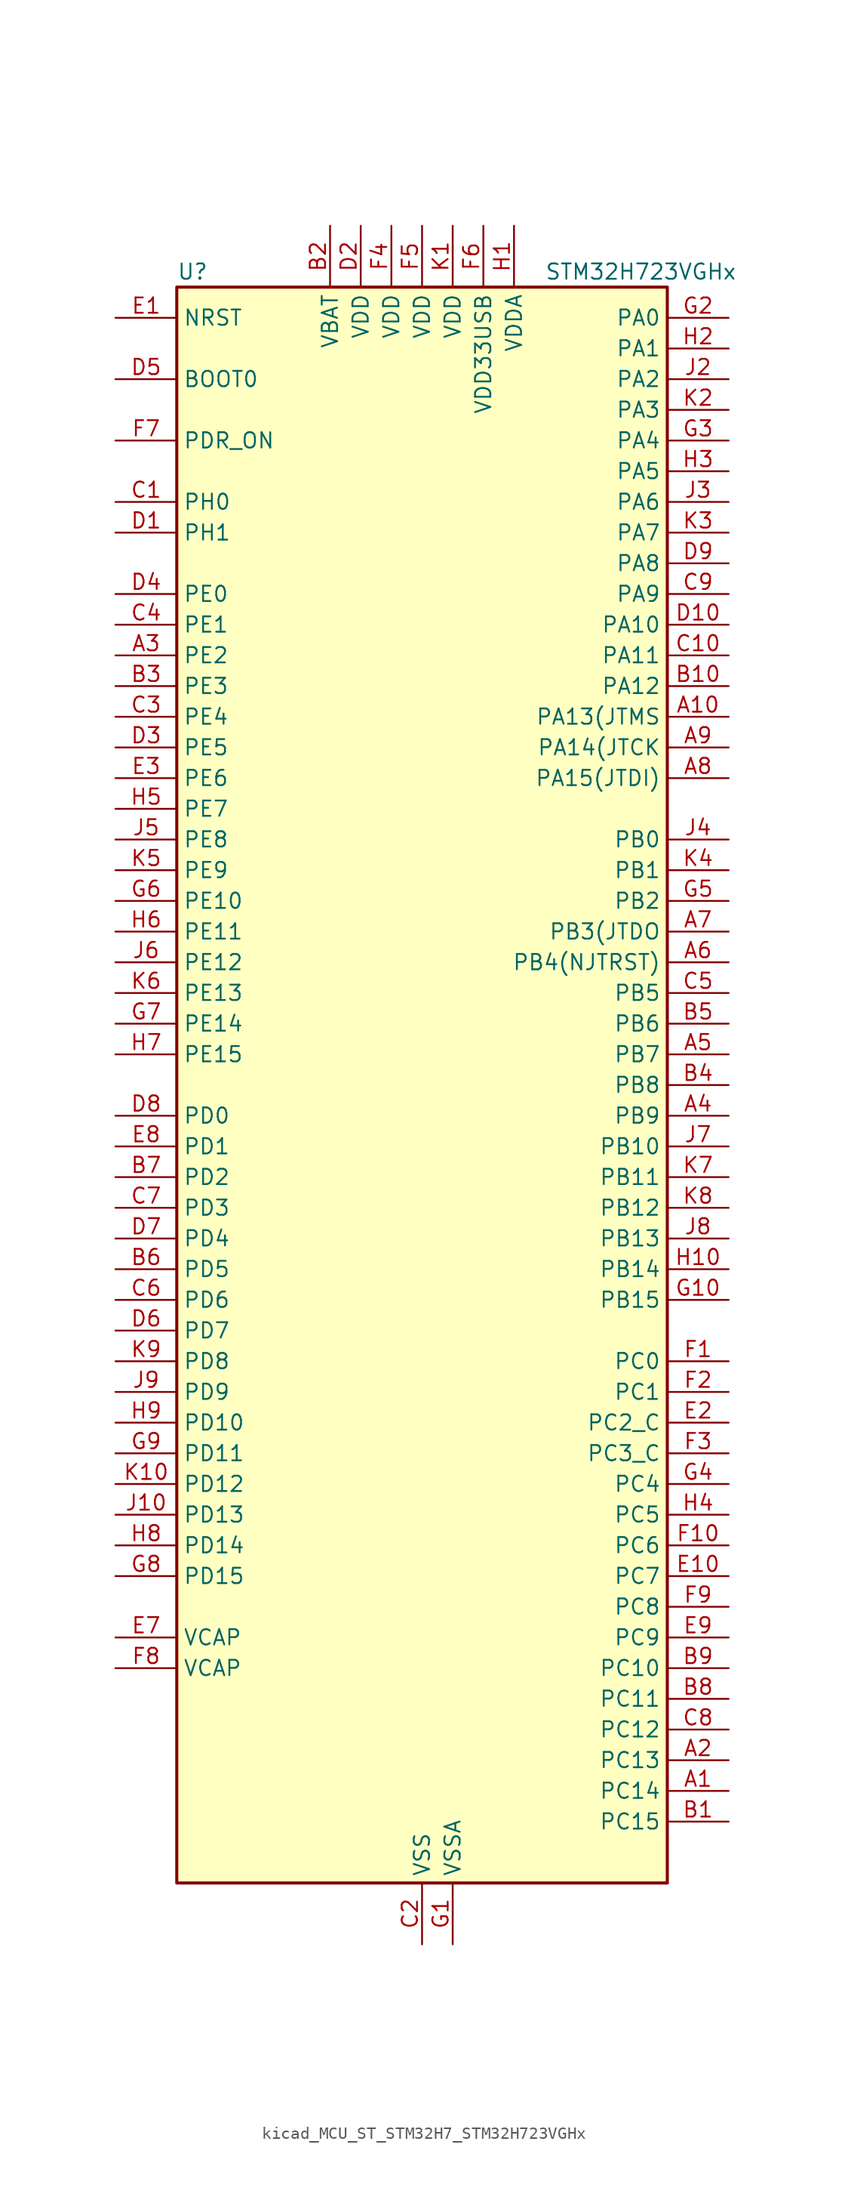
<source format=kicad_sym>
(kicad_symbol_lib
  (version 20220914)
  (generator kicad_symbol_editor)
  (symbol "kicad_MCU_ST_STM32H7_STM32H723VGHx"
    (property "Reference" "U"
      (at -20.32 67.31 0)
      (effects (font (size 1.27 1.27)) (justify left)))
    (property "Value" "STM32H723VGHx"
      (at 10.16 67.31 0)
      (effects (font (size 1.27 1.27)) (justify left)))
    (property "ki_locked" ""
      (at 0 0 0)
      (effects (font (size 1.27 1.27))))
    (symbol "kicad_MCU_ST_STM32H7_STM32H723VGHx_0_1"
      (rectangle (start -20.32 -66.04) (end 20.32 66.04) (stroke (width 0.254) (type default)) (fill (type background))))
    (symbol "kicad_MCU_ST_STM32H7_STM32H723VGHx_1_1"
      (pin bidirectional line (at 25.4 -58.42 180) (length 5.08) (name "PC14" (effects (font (size 1.27 1.27)))) (number "A1" (effects (font (size 1.27 1.27)))) (alternate "RCC_OSC32_IN" bidirectional line))
      (pin bidirectional line (at 25.4 30.48 180) (length 5.08) (name "PA13(JTMS" (effects (font (size 1.27 1.27)))) (number "A10" (effects (font (size 1.27 1.27)))) (alternate "DEBUG_JTMS-SWDIO" bidirectional line))
      (pin bidirectional line (at 25.4 -55.88 180) (length 5.08) (name "PC13" (effects (font (size 1.27 1.27)))) (number "A2" (effects (font (size 1.27 1.27)))) (alternate "PWR_WKUP4" bidirectional line) (alternate "RTC_OUT_ALARM" bidirectional line) (alternate "RTC_OUT_CALIB" bidirectional line) (alternate "RTC_TAMP1" bidirectional line) (alternate "RTC_TS" bidirectional line))
      (pin bidirectional line (at -25.4 35.56 0) (length 5.08) (name "PE2" (effects (font (size 1.27 1.27)))) (number "A3" (effects (font (size 1.27 1.27)))) (alternate "DEBUG_TRACECLK" bidirectional line) (alternate "ETH_TXD3" bidirectional line) (alternate "FMC_A23" bidirectional line) (alternate "OCTOSPIM_P1_IO2" bidirectional line) (alternate "SAI1_CK1" bidirectional line) (alternate "SAI1_MCLK_A" bidirectional line) (alternate "SAI4_CK1" bidirectional line) (alternate "SAI4_MCLK_A" bidirectional line) (alternate "SPI4_SCK" bidirectional line) (alternate "USART10_RX" bidirectional line))
      (pin bidirectional line (at 25.4 -2.54 180) (length 5.08) (name "PB9" (effects (font (size 1.27 1.27)))) (number "A4" (effects (font (size 1.27 1.27)))) (alternate "DAC1_EXTI9" bidirectional line) (alternate "DCMI_D7" bidirectional line) (alternate "DFSDM1_DATIN7" bidirectional line) (alternate "FDCAN1_TX" bidirectional line) (alternate "I2C1_SDA" bidirectional line) (alternate "I2C4_SDA" bidirectional line) (alternate "I2C4_SMBA" bidirectional line) (alternate "I2S2_WS" bidirectional line) (alternate "LTDC_B7" bidirectional line) (alternate "PSSI_D7" bidirectional line) (alternate "SDMMC1_CDIR" bidirectional line) (alternate "SDMMC1_D5" bidirectional line) (alternate "SDMMC2_D5" bidirectional line) (alternate "SPI2_NSS" bidirectional line) (alternate "TIM17_CH1" bidirectional line) (alternate "TIM4_CH4" bidirectional line) (alternate "UART4_TX" bidirectional line))
      (pin bidirectional line (at 25.4 2.54 180) (length 5.08) (name "PB7" (effects (font (size 1.27 1.27)))) (number "A5" (effects (font (size 1.27 1.27)))) (alternate "DCMI_VSYNC" bidirectional line) (alternate "DFSDM1_CKIN5" bidirectional line) (alternate "FMC_NL" bidirectional line) (alternate "I2C1_SDA" bidirectional line) (alternate "I2C4_SDA" bidirectional line) (alternate "LPUART1_RX" bidirectional line) (alternate "PSSI_RDY" bidirectional line) (alternate "PWR_PVD_IN" bidirectional line) (alternate "TIM17_CH1N" bidirectional line) (alternate "TIM4_CH2" bidirectional line) (alternate "USART1_RX" bidirectional line))
      (pin bidirectional line (at 25.4 10.16 180) (length 5.08) (name "PB4(NJTRST)" (effects (font (size 1.27 1.27)))) (number "A6" (effects (font (size 1.27 1.27)))) (alternate "DEBUG_JTRST" bidirectional line) (alternate "I2S1_SDI" bidirectional line) (alternate "I2S2_WS" bidirectional line) (alternate "I2S3_SDI" bidirectional line) (alternate "I2S6_SDI" bidirectional line) (alternate "SDMMC2_D3" bidirectional line) (alternate "SPI1_MISO" bidirectional line) (alternate "SPI2_NSS" bidirectional line) (alternate "SPI3_MISO" bidirectional line) (alternate "SPI6_MISO" bidirectional line) (alternate "TIM16_BKIN" bidirectional line) (alternate "TIM3_CH1" bidirectional line) (alternate "UART7_TX" bidirectional line))
      (pin bidirectional line (at 25.4 12.7 180) (length 5.08) (name "PB3(JTDO" (effects (font (size 1.27 1.27)))) (number "A7" (effects (font (size 1.27 1.27)))) (alternate "CRS_SYNC" bidirectional line) (alternate "DEBUG_JTDO-SWO" bidirectional line) (alternate "I2S1_CK" bidirectional line) (alternate "I2S3_CK" bidirectional line) (alternate "I2S6_CK" bidirectional line) (alternate "SDMMC2_D2" bidirectional line) (alternate "SPI1_SCK" bidirectional line) (alternate "SPI3_SCK" bidirectional line) (alternate "SPI6_SCK" bidirectional line) (alternate "TIM24_ETR" bidirectional line) (alternate "TIM2_CH2" bidirectional line) (alternate "UART7_RX" bidirectional line))
      (pin bidirectional line (at 25.4 25.4 180) (length 5.08) (name "PA15(JTDI)" (effects (font (size 1.27 1.27)))) (number "A8" (effects (font (size 1.27 1.27)))) (alternate "ADC1_EXTI15" bidirectional line) (alternate "ADC2_EXTI15" bidirectional line) (alternate "ADC3_EXTI15" bidirectional line) (alternate "CEC" bidirectional line) (alternate "DEBUG_JTDI" bidirectional line) (alternate "I2S1_WS" bidirectional line) (alternate "I2S3_WS" bidirectional line) (alternate "I2S6_WS" bidirectional line) (alternate "LTDC_B6" bidirectional line) (alternate "LTDC_R3" bidirectional line) (alternate "SPI1_NSS" bidirectional line) (alternate "SPI3_NSS" bidirectional line) (alternate "SPI6_NSS" bidirectional line) (alternate "TIM2_CH1" bidirectional line) (alternate "TIM2_ETR" bidirectional line) (alternate "UART4_DE" bidirectional line) (alternate "UART4_RTS" bidirectional line) (alternate "UART7_TX" bidirectional line))
      (pin bidirectional line (at 25.4 27.94 180) (length 5.08) (name "PA14(JTCK" (effects (font (size 1.27 1.27)))) (number "A9" (effects (font (size 1.27 1.27)))) (alternate "DEBUG_JTCK-SWCLK" bidirectional line))
      (pin bidirectional line (at 25.4 -60.96 180) (length 5.08) (name "PC15" (effects (font (size 1.27 1.27)))) (number "B1" (effects (font (size 1.27 1.27)))) (alternate "ADC1_EXTI15" bidirectional line) (alternate "ADC2_EXTI15" bidirectional line) (alternate "ADC3_EXTI15" bidirectional line) (alternate "RCC_OSC32_OUT" bidirectional line))
      (pin bidirectional line (at 25.4 33.02 180) (length 5.08) (name "PA12" (effects (font (size 1.27 1.27)))) (number "B10" (effects (font (size 1.27 1.27)))) (alternate "FDCAN1_TX" bidirectional line) (alternate "I2S2_CK" bidirectional line) (alternate "LPUART1_DE" bidirectional line) (alternate "LPUART1_RTS" bidirectional line) (alternate "LTDC_R5" bidirectional line) (alternate "SAI4_FS_B" bidirectional line) (alternate "SPI2_SCK" bidirectional line) (alternate "TIM1_BKIN2" bidirectional line) (alternate "TIM1_ETR" bidirectional line) (alternate "UART4_TX" bidirectional line) (alternate "USART1_DE" bidirectional line) (alternate "USART1_RTS" bidirectional line) (alternate "USB_OTG_HS_DP" bidirectional line))
      (pin power_in line (at -7.62 71.12 270) (length 5.08) (name "VBAT" (effects (font (size 1.27 1.27)))) (number "B2" (effects (font (size 1.27 1.27)))))
      (pin bidirectional line (at -25.4 33.02 0) (length 5.08) (name "PE3" (effects (font (size 1.27 1.27)))) (number "B3" (effects (font (size 1.27 1.27)))) (alternate "DEBUG_TRACED0" bidirectional line) (alternate "FMC_A19" bidirectional line) (alternate "SAI1_SD_B" bidirectional line) (alternate "SAI4_SD_B" bidirectional line) (alternate "TIM15_BKIN" bidirectional line) (alternate "USART10_TX" bidirectional line))
      (pin bidirectional line (at 25.4 0 180) (length 5.08) (name "PB8" (effects (font (size 1.27 1.27)))) (number "B4" (effects (font (size 1.27 1.27)))) (alternate "DCMI_D6" bidirectional line) (alternate "DFSDM1_CKIN7" bidirectional line) (alternate "ETH_TXD3" bidirectional line) (alternate "FDCAN1_RX" bidirectional line) (alternate "I2C1_SCL" bidirectional line) (alternate "I2C4_SCL" bidirectional line) (alternate "LTDC_B6" bidirectional line) (alternate "PSSI_D6" bidirectional line) (alternate "SDMMC1_CKIN" bidirectional line) (alternate "SDMMC1_D4" bidirectional line) (alternate "SDMMC2_D4" bidirectional line) (alternate "TIM16_CH1" bidirectional line) (alternate "TIM4_CH3" bidirectional line) (alternate "UART4_RX" bidirectional line))
      (pin bidirectional line (at 25.4 5.08 180) (length 5.08) (name "PB6" (effects (font (size 1.27 1.27)))) (number "B5" (effects (font (size 1.27 1.27)))) (alternate "CEC" bidirectional line) (alternate "DCMI_D5" bidirectional line) (alternate "DFSDM1_DATIN5" bidirectional line) (alternate "FDCAN2_TX" bidirectional line) (alternate "FMC_SDNE1" bidirectional line) (alternate "I2C1_SCL" bidirectional line) (alternate "I2C4_SCL" bidirectional line) (alternate "LPUART1_TX" bidirectional line) (alternate "OCTOSPIM_P1_NCS" bidirectional line) (alternate "PSSI_D5" bidirectional line) (alternate "TIM16_CH1N" bidirectional line) (alternate "TIM4_CH1" bidirectional line) (alternate "UART5_TX" bidirectional line) (alternate "USART1_TX" bidirectional line))
      (pin bidirectional line (at -25.4 -15.24 0) (length 5.08) (name "PD5" (effects (font (size 1.27 1.27)))) (number "B6" (effects (font (size 1.27 1.27)))) (alternate "FMC_NWE" bidirectional line) (alternate "OCTOSPIM_P1_IO5" bidirectional line) (alternate "USART2_TX" bidirectional line))
      (pin bidirectional line (at -25.4 -7.62 0) (length 5.08) (name "PD2" (effects (font (size 1.27 1.27)))) (number "B7" (effects (font (size 1.27 1.27)))) (alternate "DCMI_D11" bidirectional line) (alternate "DEBUG_TRACED2" bidirectional line) (alternate "FMC_D7" bidirectional line) (alternate "FMC_DA7" bidirectional line) (alternate "LTDC_B2" bidirectional line) (alternate "LTDC_B7" bidirectional line) (alternate "PSSI_D11" bidirectional line) (alternate "SDMMC1_CMD" bidirectional line) (alternate "TIM15_BKIN" bidirectional line) (alternate "TIM3_ETR" bidirectional line) (alternate "UART5_RX" bidirectional line))
      (pin bidirectional line (at 25.4 -50.8 180) (length 5.08) (name "PC11" (effects (font (size 1.27 1.27)))) (number "B8" (effects (font (size 1.27 1.27)))) (alternate "ADC1_EXTI11" bidirectional line) (alternate "ADC2_EXTI11" bidirectional line) (alternate "ADC3_EXTI11" bidirectional line) (alternate "DCMI_D4" bidirectional line) (alternate "DFSDM1_DATIN5" bidirectional line) (alternate "I2C5_SCL" bidirectional line) (alternate "I2S3_SDI" bidirectional line) (alternate "LTDC_B4" bidirectional line) (alternate "OCTOSPIM_P1_NCS" bidirectional line) (alternate "PSSI_D4" bidirectional line) (alternate "SDMMC1_D3" bidirectional line) (alternate "SPI3_MISO" bidirectional line) (alternate "UART4_RX" bidirectional line) (alternate "USART3_RX" bidirectional line))
      (pin bidirectional line (at 25.4 -48.26 180) (length 5.08) (name "PC10" (effects (font (size 1.27 1.27)))) (number "B9" (effects (font (size 1.27 1.27)))) (alternate "DCMI_D8" bidirectional line) (alternate "DFSDM1_CKIN5" bidirectional line) (alternate "I2C5_SDA" bidirectional line) (alternate "I2S3_CK" bidirectional line) (alternate "LTDC_B1" bidirectional line) (alternate "LTDC_R2" bidirectional line) (alternate "OCTOSPIM_P1_IO1" bidirectional line) (alternate "PSSI_D8" bidirectional line) (alternate "SDMMC1_D2" bidirectional line) (alternate "SPI3_SCK" bidirectional line) (alternate "SWPMI1_RX" bidirectional line) (alternate "UART4_TX" bidirectional line) (alternate "USART3_TX" bidirectional line))
      (pin bidirectional line (at -25.4 48.26 0) (length 5.08) (name "PH0" (effects (font (size 1.27 1.27)))) (number "C1" (effects (font (size 1.27 1.27)))) (alternate "RCC_OSC_IN" bidirectional line))
      (pin bidirectional line (at 25.4 35.56 180) (length 5.08) (name "PA11" (effects (font (size 1.27 1.27)))) (number "C10" (effects (font (size 1.27 1.27)))) (alternate "ADC1_EXTI11" bidirectional line) (alternate "ADC2_EXTI11" bidirectional line) (alternate "ADC3_EXTI11" bidirectional line) (alternate "FDCAN1_RX" bidirectional line) (alternate "I2S2_WS" bidirectional line) (alternate "LPUART1_CTS" bidirectional line) (alternate "LTDC_R4" bidirectional line) (alternate "SPI2_NSS" bidirectional line) (alternate "TIM1_CH4" bidirectional line) (alternate "UART4_RX" bidirectional line) (alternate "USART1_CTS" bidirectional line) (alternate "USART1_NSS" bidirectional line) (alternate "USB_OTG_HS_DM" bidirectional line))
      (pin power_in line (at 0 -71.12 90) (length 5.08) (name "VSS" (effects (font (size 1.27 1.27)))) (number "C2" (effects (font (size 1.27 1.27)))))
      (pin bidirectional line (at -25.4 30.48 0) (length 5.08) (name "PE4" (effects (font (size 1.27 1.27)))) (number "C3" (effects (font (size 1.27 1.27)))) (alternate "DCMI_D4" bidirectional line) (alternate "DEBUG_TRACED1" bidirectional line) (alternate "DFSDM1_DATIN3" bidirectional line) (alternate "FMC_A20" bidirectional line) (alternate "LTDC_B0" bidirectional line) (alternate "PSSI_D4" bidirectional line) (alternate "SAI1_D2" bidirectional line) (alternate "SAI1_FS_A" bidirectional line) (alternate "SAI4_D2" bidirectional line) (alternate "SAI4_FS_A" bidirectional line) (alternate "SPI4_NSS" bidirectional line) (alternate "TIM15_CH1N" bidirectional line))
      (pin bidirectional line (at -25.4 38.1 0) (length 5.08) (name "PE1" (effects (font (size 1.27 1.27)))) (number "C4" (effects (font (size 1.27 1.27)))) (alternate "DCMI_D3" bidirectional line) (alternate "FMC_NBL1" bidirectional line) (alternate "LPTIM1_IN2" bidirectional line) (alternate "LTDC_R6" bidirectional line) (alternate "PSSI_D3" bidirectional line) (alternate "UART8_TX" bidirectional line))
      (pin bidirectional line (at 25.4 7.62 180) (length 5.08) (name "PB5" (effects (font (size 1.27 1.27)))) (number "C5" (effects (font (size 1.27 1.27)))) (alternate "DCMI_D10" bidirectional line) (alternate "ETH_PPS_OUT" bidirectional line) (alternate "FDCAN2_RX" bidirectional line) (alternate "FMC_SDCKE1" bidirectional line) (alternate "I2C1_SMBA" bidirectional line) (alternate "I2C4_SMBA" bidirectional line) (alternate "I2S1_SDO" bidirectional line) (alternate "I2S3_SDO" bidirectional line) (alternate "I2S6_SDO" bidirectional line) (alternate "LTDC_B5" bidirectional line) (alternate "PSSI_D10" bidirectional line) (alternate "SPI1_MOSI" bidirectional line) (alternate "SPI3_MOSI" bidirectional line) (alternate "SPI6_MOSI" bidirectional line) (alternate "TIM17_BKIN" bidirectional line) (alternate "TIM3_CH2" bidirectional line) (alternate "UART5_RX" bidirectional line) (alternate "USB_OTG_HS_ULPI_D7" bidirectional line))
      (pin bidirectional line (at -25.4 -17.78 0) (length 5.08) (name "PD6" (effects (font (size 1.27 1.27)))) (number "C6" (effects (font (size 1.27 1.27)))) (alternate "DCMI_D10" bidirectional line) (alternate "DFSDM1_CKIN4" bidirectional line) (alternate "DFSDM1_DATIN1" bidirectional line) (alternate "FMC_NWAIT" bidirectional line) (alternate "I2S3_SDO" bidirectional line) (alternate "LTDC_B2" bidirectional line) (alternate "OCTOSPIM_P1_IO6" bidirectional line) (alternate "PSSI_D10" bidirectional line) (alternate "SAI1_D1" bidirectional line) (alternate "SAI1_SD_A" bidirectional line) (alternate "SAI4_D1" bidirectional line) (alternate "SAI4_SD_A" bidirectional line) (alternate "SDMMC2_CK" bidirectional line) (alternate "SPI3_MOSI" bidirectional line) (alternate "USART2_RX" bidirectional line))
      (pin bidirectional line (at -25.4 -10.16 0) (length 5.08) (name "PD3" (effects (font (size 1.27 1.27)))) (number "C7" (effects (font (size 1.27 1.27)))) (alternate "DCMI_D5" bidirectional line) (alternate "DFSDM1_CKOUT" bidirectional line) (alternate "FMC_CLK" bidirectional line) (alternate "I2S2_CK" bidirectional line) (alternate "LTDC_G7" bidirectional line) (alternate "PSSI_D5" bidirectional line) (alternate "SPI2_SCK" bidirectional line) (alternate "USART2_CTS" bidirectional line) (alternate "USART2_NSS" bidirectional line))
      (pin bidirectional line (at 25.4 -53.34 180) (length 5.08) (name "PC12" (effects (font (size 1.27 1.27)))) (number "C8" (effects (font (size 1.27 1.27)))) (alternate "DCMI_D9" bidirectional line) (alternate "DEBUG_TRACED3" bidirectional line) (alternate "FMC_D6" bidirectional line) (alternate "FMC_DA6" bidirectional line) (alternate "I2C5_SMBA" bidirectional line) (alternate "I2S3_SDO" bidirectional line) (alternate "I2S6_CK" bidirectional line) (alternate "LTDC_R6" bidirectional line) (alternate "PSSI_D9" bidirectional line) (alternate "SDMMC1_CK" bidirectional line) (alternate "SPI3_MOSI" bidirectional line) (alternate "SPI6_SCK" bidirectional line) (alternate "TIM15_CH1" bidirectional line) (alternate "UART5_TX" bidirectional line) (alternate "USART3_CK" bidirectional line))
      (pin bidirectional line (at 25.4 40.64 180) (length 5.08) (name "PA9" (effects (font (size 1.27 1.27)))) (number "C9" (effects (font (size 1.27 1.27)))) (alternate "DAC1_EXTI9" bidirectional line) (alternate "DCMI_D0" bidirectional line) (alternate "ETH_TX_ER" bidirectional line) (alternate "I2C3_SMBA" bidirectional line) (alternate "I2C5_SMBA" bidirectional line) (alternate "I2S2_CK" bidirectional line) (alternate "LPUART1_TX" bidirectional line) (alternate "LTDC_R5" bidirectional line) (alternate "PSSI_D0" bidirectional line) (alternate "SPI2_SCK" bidirectional line) (alternate "TIM1_CH2" bidirectional line) (alternate "USART1_TX" bidirectional line) (alternate "USB_OTG_HS_VBUS" bidirectional line))
      (pin bidirectional line (at -25.4 45.72 0) (length 5.08) (name "PH1" (effects (font (size 1.27 1.27)))) (number "D1" (effects (font (size 1.27 1.27)))) (alternate "RCC_OSC_OUT" bidirectional line))
      (pin bidirectional line (at 25.4 38.1 180) (length 5.08) (name "PA10" (effects (font (size 1.27 1.27)))) (number "D10" (effects (font (size 1.27 1.27)))) (alternate "DCMI_D1" bidirectional line) (alternate "LPUART1_RX" bidirectional line) (alternate "LTDC_B1" bidirectional line) (alternate "LTDC_B4" bidirectional line) (alternate "MDIOS_MDIO" bidirectional line) (alternate "PSSI_D1" bidirectional line) (alternate "TIM1_CH3" bidirectional line) (alternate "USART1_RX" bidirectional line) (alternate "USB_OTG_HS_ID" bidirectional line))
      (pin power_in line (at -5.08 71.12 270) (length 5.08) (name "VDD" (effects (font (size 1.27 1.27)))) (number "D2" (effects (font (size 1.27 1.27)))))
      (pin bidirectional line (at -25.4 27.94 0) (length 5.08) (name "PE5" (effects (font (size 1.27 1.27)))) (number "D3" (effects (font (size 1.27 1.27)))) (alternate "DCMI_D6" bidirectional line) (alternate "DEBUG_TRACED2" bidirectional line) (alternate "DFSDM1_CKIN3" bidirectional line) (alternate "FMC_A21" bidirectional line) (alternate "LTDC_G0" bidirectional line) (alternate "PSSI_D6" bidirectional line) (alternate "SAI1_CK2" bidirectional line) (alternate "SAI1_SCK_A" bidirectional line) (alternate "SAI4_CK2" bidirectional line) (alternate "SAI4_SCK_A" bidirectional line) (alternate "SPI4_MISO" bidirectional line) (alternate "TIM15_CH1" bidirectional line))
      (pin bidirectional line (at -25.4 40.64 0) (length 5.08) (name "PE0" (effects (font (size 1.27 1.27)))) (number "D4" (effects (font (size 1.27 1.27)))) (alternate "DCMI_D2" bidirectional line) (alternate "FMC_NBL0" bidirectional line) (alternate "LPTIM1_ETR" bidirectional line) (alternate "LPTIM2_ETR" bidirectional line) (alternate "LTDC_R0" bidirectional line) (alternate "PSSI_D2" bidirectional line) (alternate "SAI4_MCLK_A" bidirectional line) (alternate "TIM4_ETR" bidirectional line) (alternate "UART8_RX" bidirectional line))
      (pin input line (at -25.4 58.42 0) (length 5.08) (name "BOOT0" (effects (font (size 1.27 1.27)))) (number "D5" (effects (font (size 1.27 1.27)))))
      (pin bidirectional line (at -25.4 -20.32 0) (length 5.08) (name "PD7" (effects (font (size 1.27 1.27)))) (number "D6" (effects (font (size 1.27 1.27)))) (alternate "DFSDM1_CKIN1" bidirectional line) (alternate "DFSDM1_DATIN4" bidirectional line) (alternate "FMC_NE1" bidirectional line) (alternate "I2S1_SDO" bidirectional line) (alternate "OCTOSPIM_P1_IO7" bidirectional line) (alternate "SDMMC2_CMD" bidirectional line) (alternate "SPDIFRX1_IN0" bidirectional line) (alternate "SPI1_MOSI" bidirectional line) (alternate "USART2_CK" bidirectional line))
      (pin bidirectional line (at -25.4 -12.7 0) (length 5.08) (name "PD4" (effects (font (size 1.27 1.27)))) (number "D7" (effects (font (size 1.27 1.27)))) (alternate "FMC_NOE" bidirectional line) (alternate "OCTOSPIM_P1_IO4" bidirectional line) (alternate "USART2_DE" bidirectional line) (alternate "USART2_RTS" bidirectional line))
      (pin bidirectional line (at -25.4 -2.54 0) (length 5.08) (name "PD0" (effects (font (size 1.27 1.27)))) (number "D8" (effects (font (size 1.27 1.27)))) (alternate "DFSDM1_CKIN6" bidirectional line) (alternate "FDCAN1_RX" bidirectional line) (alternate "FMC_D2" bidirectional line) (alternate "FMC_DA2" bidirectional line) (alternate "LTDC_B1" bidirectional line) (alternate "UART4_RX" bidirectional line) (alternate "UART9_CTS" bidirectional line))
      (pin bidirectional line (at 25.4 43.18 180) (length 5.08) (name "PA8" (effects (font (size 1.27 1.27)))) (number "D9" (effects (font (size 1.27 1.27)))) (alternate "I2C3_SCL" bidirectional line) (alternate "I2C5_SCL" bidirectional line) (alternate "LTDC_B3" bidirectional line) (alternate "LTDC_R6" bidirectional line) (alternate "RCC_MCO_1" bidirectional line) (alternate "TIM1_CH1" bidirectional line) (alternate "TIM8_BKIN2" bidirectional line) (alternate "TIM8_BKIN2_COMP1" bidirectional line) (alternate "TIM8_BKIN2_COMP2" bidirectional line) (alternate "UART7_RX" bidirectional line) (alternate "USART1_CK" bidirectional line) (alternate "USB_OTG_HS_SOF" bidirectional line))
      (pin input line (at -25.4 63.5 0) (length 5.08) (name "NRST" (effects (font (size 1.27 1.27)))) (number "E1" (effects (font (size 1.27 1.27)))))
      (pin bidirectional line (at 25.4 -40.64 180) (length 5.08) (name "PC7" (effects (font (size 1.27 1.27)))) (number "E10" (effects (font (size 1.27 1.27)))) (alternate "DCMI_D1" bidirectional line) (alternate "DEBUG_TRGIO" bidirectional line) (alternate "DFSDM1_DATIN3" bidirectional line) (alternate "FMC_NE1" bidirectional line) (alternate "I2S3_MCK" bidirectional line) (alternate "LTDC_G6" bidirectional line) (alternate "PSSI_D1" bidirectional line) (alternate "SDMMC1_D123DIR" bidirectional line) (alternate "SDMMC1_D7" bidirectional line) (alternate "SDMMC2_D7" bidirectional line) (alternate "SWPMI1_TX" bidirectional line) (alternate "TIM3_CH2" bidirectional line) (alternate "TIM8_CH2" bidirectional line) (alternate "USART6_RX" bidirectional line))
      (pin bidirectional line (at 25.4 -27.94 180) (length 5.08) (name "PC2_C" (effects (font (size 1.27 1.27)))) (number "E2" (effects (font (size 1.27 1.27)))) (alternate "ADC3_INN1" bidirectional line) (alternate "ADC3_INP0" bidirectional line) (alternate "DFSDM1_CKIN1" bidirectional line) (alternate "DFSDM1_CKOUT" bidirectional line) (alternate "ETH_TXD2" bidirectional line) (alternate "FMC_SDNE0" bidirectional line) (alternate "I2S2_SDI" bidirectional line) (alternate "OCTOSPIM_P1_IO2" bidirectional line) (alternate "OCTOSPIM_P1_IO5" bidirectional line) (alternate "PWR_CSTOP" bidirectional line) (alternate "SPI2_MISO" bidirectional line) (alternate "USB_OTG_HS_ULPI_DIR" bidirectional line))
      (pin bidirectional line (at -25.4 25.4 0) (length 5.08) (name "PE6" (effects (font (size 1.27 1.27)))) (number "E3" (effects (font (size 1.27 1.27)))) (alternate "DCMI_D7" bidirectional line) (alternate "DEBUG_TRACED3" bidirectional line) (alternate "FMC_A22" bidirectional line) (alternate "LTDC_G1" bidirectional line) (alternate "PSSI_D7" bidirectional line) (alternate "SAI1_D1" bidirectional line) (alternate "SAI1_SD_A" bidirectional line) (alternate "SAI4_D1" bidirectional line) (alternate "SAI4_MCLK_B" bidirectional line) (alternate "SAI4_SD_A" bidirectional line) (alternate "SPI4_MOSI" bidirectional line) (alternate "TIM15_CH2" bidirectional line) (alternate "TIM1_BKIN2" bidirectional line) (alternate "TIM1_BKIN2_COMP1" bidirectional line) (alternate "TIM1_BKIN2_COMP2" bidirectional line))
      (pin passive line (at 0 -71.12 90) (length 5.08) hide (name "VSS" (effects (font (size 1.27 1.27)))) (number "E4" (effects (font (size 1.27 1.27)))))
      (pin passive line (at 0 -71.12 90) (length 5.08) hide (name "VSS" (effects (font (size 1.27 1.27)))) (number "E5" (effects (font (size 1.27 1.27)))))
      (pin passive line (at 0 -71.12 90) (length 5.08) hide (name "VSS" (effects (font (size 1.27 1.27)))) (number "E6" (effects (font (size 1.27 1.27)))))
      (pin power_out line (at -25.4 -45.72 0) (length 5.08) (name "VCAP" (effects (font (size 1.27 1.27)))) (number "E7" (effects (font (size 1.27 1.27)))))
      (pin bidirectional line (at -25.4 -5.08 0) (length 5.08) (name "PD1" (effects (font (size 1.27 1.27)))) (number "E8" (effects (font (size 1.27 1.27)))) (alternate "DFSDM1_DATIN6" bidirectional line) (alternate "FDCAN1_TX" bidirectional line) (alternate "FMC_D3" bidirectional line) (alternate "FMC_DA3" bidirectional line) (alternate "UART4_TX" bidirectional line))
      (pin bidirectional line (at 25.4 -45.72 180) (length 5.08) (name "PC9" (effects (font (size 1.27 1.27)))) (number "E9" (effects (font (size 1.27 1.27)))) (alternate "DAC1_EXTI9" bidirectional line) (alternate "DCMI_D3" bidirectional line) (alternate "I2C3_SDA" bidirectional line) (alternate "I2C5_SDA" bidirectional line) (alternate "I2S_CKIN" bidirectional line) (alternate "LTDC_B2" bidirectional line) (alternate "LTDC_G3" bidirectional line) (alternate "OCTOSPIM_P1_IO0" bidirectional line) (alternate "PSSI_D3" bidirectional line) (alternate "RCC_MCO_2" bidirectional line) (alternate "SDMMC1_D1" bidirectional line) (alternate "SWPMI1_SUSPEND" bidirectional line) (alternate "TIM3_CH4" bidirectional line) (alternate "TIM8_CH4" bidirectional line) (alternate "UART5_CTS" bidirectional line))
      (pin bidirectional line (at 25.4 -22.86 180) (length 5.08) (name "PC0" (effects (font (size 1.27 1.27)))) (number "F1" (effects (font (size 1.27 1.27)))) (alternate "ADC1_INP10" bidirectional line) (alternate "ADC2_INP10" bidirectional line) (alternate "ADC3_INP10" bidirectional line) (alternate "DFSDM1_CKIN0" bidirectional line) (alternate "DFSDM1_DATIN4" bidirectional line) (alternate "FMC_A25" bidirectional line) (alternate "FMC_D12" bidirectional line) (alternate "FMC_DA12" bidirectional line) (alternate "FMC_SDNWE" bidirectional line) (alternate "LTDC_G2" bidirectional line) (alternate "LTDC_R5" bidirectional line) (alternate "SAI4_FS_B" bidirectional line) (alternate "USB_OTG_HS_ULPI_STP" bidirectional line))
      (pin bidirectional line (at 25.4 -38.1 180) (length 5.08) (name "PC6" (effects (font (size 1.27 1.27)))) (number "F10" (effects (font (size 1.27 1.27)))) (alternate "DCMI_D0" bidirectional line) (alternate "DFSDM1_CKIN3" bidirectional line) (alternate "FMC_NWAIT" bidirectional line) (alternate "I2S2_MCK" bidirectional line) (alternate "LTDC_HSYNC" bidirectional line) (alternate "PSSI_D0" bidirectional line) (alternate "SDMMC1_D0DIR" bidirectional line) (alternate "SDMMC1_D6" bidirectional line) (alternate "SDMMC2_D6" bidirectional line) (alternate "SWPMI1_IO" bidirectional line) (alternate "TIM3_CH1" bidirectional line) (alternate "TIM8_CH1" bidirectional line) (alternate "USART6_TX" bidirectional line))
      (pin bidirectional line (at 25.4 -25.4 180) (length 5.08) (name "PC1" (effects (font (size 1.27 1.27)))) (number "F2" (effects (font (size 1.27 1.27)))) (alternate "ADC1_INN10" bidirectional line) (alternate "ADC1_INP11" bidirectional line) (alternate "ADC2_INN10" bidirectional line) (alternate "ADC2_INP11" bidirectional line) (alternate "ADC3_INN10" bidirectional line) (alternate "ADC3_INP11" bidirectional line) (alternate "DEBUG_TRACED0" bidirectional line) (alternate "DFSDM1_CKIN4" bidirectional line) (alternate "DFSDM1_DATIN0" bidirectional line) (alternate "ETH_MDC" bidirectional line) (alternate "I2S2_SDO" bidirectional line) (alternate "LTDC_G5" bidirectional line) (alternate "MDIOS_MDC" bidirectional line) (alternate "OCTOSPIM_P1_IO4" bidirectional line) (alternate "PWR_WKUP6" bidirectional line) (alternate "RTC_TAMP3" bidirectional line) (alternate "SAI1_D1" bidirectional line) (alternate "SAI1_SD_A" bidirectional line) (alternate "SAI4_D1" bidirectional line) (alternate "SAI4_SD_A" bidirectional line) (alternate "SDMMC2_CK" bidirectional line) (alternate "SPI2_MOSI" bidirectional line))
      (pin bidirectional line (at 25.4 -30.48 180) (length 5.08) (name "PC3_C" (effects (font (size 1.27 1.27)))) (number "F3" (effects (font (size 1.27 1.27)))) (alternate "ADC3_INP1" bidirectional line) (alternate "DFSDM1_DATIN1" bidirectional line) (alternate "ETH_TX_CLK" bidirectional line) (alternate "FMC_SDCKE0" bidirectional line) (alternate "I2S2_SDO" bidirectional line) (alternate "OCTOSPIM_P1_IO0" bidirectional line) (alternate "OCTOSPIM_P1_IO6" bidirectional line) (alternate "PWR_CSLEEP" bidirectional line) (alternate "SPI2_MOSI" bidirectional line) (alternate "USB_OTG_HS_ULPI_NXT" bidirectional line))
      (pin power_in line (at -2.54 71.12 270) (length 5.08) (name "VDD" (effects (font (size 1.27 1.27)))) (number "F4" (effects (font (size 1.27 1.27)))))
      (pin power_in line (at 0 71.12 270) (length 5.08) (name "VDD" (effects (font (size 1.27 1.27)))) (number "F5" (effects (font (size 1.27 1.27)))))
      (pin power_in line (at 5.08 71.12 270) (length 5.08) (name "VDD33USB" (effects (font (size 1.27 1.27)))) (number "F6" (effects (font (size 1.27 1.27)))))
      (pin input line (at -25.4 53.34 0) (length 5.08) (name "PDR_ON" (effects (font (size 1.27 1.27)))) (number "F7" (effects (font (size 1.27 1.27)))))
      (pin power_out line (at -25.4 -48.26 0) (length 5.08) (name "VCAP" (effects (font (size 1.27 1.27)))) (number "F8" (effects (font (size 1.27 1.27)))))
      (pin bidirectional line (at 25.4 -43.18 180) (length 5.08) (name "PC8" (effects (font (size 1.27 1.27)))) (number "F9" (effects (font (size 1.27 1.27)))) (alternate "DCMI_D2" bidirectional line) (alternate "DEBUG_TRACED1" bidirectional line) (alternate "FMC_INT" bidirectional line) (alternate "FMC_NCE" bidirectional line) (alternate "FMC_NE2" bidirectional line) (alternate "PSSI_D2" bidirectional line) (alternate "SDMMC1_D0" bidirectional line) (alternate "SWPMI1_RX" bidirectional line) (alternate "TIM3_CH3" bidirectional line) (alternate "TIM8_CH3" bidirectional line) (alternate "UART5_DE" bidirectional line) (alternate "UART5_RTS" bidirectional line) (alternate "USART6_CK" bidirectional line))
      (pin power_in line (at 2.54 -71.12 90) (length 5.08) (name "VSSA" (effects (font (size 1.27 1.27)))) (number "G1" (effects (font (size 1.27 1.27)))))
      (pin bidirectional line (at 25.4 -17.78 180) (length 5.08) (name "PB15" (effects (font (size 1.27 1.27)))) (number "G10" (effects (font (size 1.27 1.27)))) (alternate "ADC1_EXTI15" bidirectional line) (alternate "ADC2_EXTI15" bidirectional line) (alternate "ADC3_EXTI15" bidirectional line) (alternate "DFSDM1_CKIN2" bidirectional line) (alternate "FMC_D11" bidirectional line) (alternate "FMC_DA11" bidirectional line) (alternate "I2S2_SDO" bidirectional line) (alternate "LTDC_G7" bidirectional line) (alternate "RTC_REFIN" bidirectional line) (alternate "SDMMC2_D1" bidirectional line) (alternate "SPI2_MOSI" bidirectional line) (alternate "TIM12_CH2" bidirectional line) (alternate "TIM1_CH3N" bidirectional line) (alternate "TIM8_CH3N" bidirectional line) (alternate "UART4_CTS" bidirectional line) (alternate "USART1_RX" bidirectional line))
      (pin bidirectional line (at 25.4 63.5 180) (length 5.08) (name "PA0" (effects (font (size 1.27 1.27)))) (number "G2" (effects (font (size 1.27 1.27)))) (alternate "ADC1_INP16" bidirectional line) (alternate "ETH_CRS" bidirectional line) (alternate "FMC_A19" bidirectional line) (alternate "I2S6_WS" bidirectional line) (alternate "PWR_WKUP1" bidirectional line) (alternate "SAI4_SD_B" bidirectional line) (alternate "SDMMC2_CMD" bidirectional line) (alternate "SPI6_NSS" bidirectional line) (alternate "TIM15_BKIN" bidirectional line) (alternate "TIM2_CH1" bidirectional line) (alternate "TIM2_ETR" bidirectional line) (alternate "TIM5_CH1" bidirectional line) (alternate "TIM8_ETR" bidirectional line) (alternate "UART4_TX" bidirectional line) (alternate "USART2_CTS" bidirectional line) (alternate "USART2_NSS" bidirectional line))
      (pin bidirectional line (at 25.4 53.34 180) (length 5.08) (name "PA4" (effects (font (size 1.27 1.27)))) (number "G3" (effects (font (size 1.27 1.27)))) (alternate "ADC1_INP18" bidirectional line) (alternate "ADC2_INP18" bidirectional line) (alternate "DAC1_OUT1" bidirectional line) (alternate "DCMI_HSYNC" bidirectional line) (alternate "FMC_D8" bidirectional line) (alternate "FMC_DA8" bidirectional line) (alternate "I2S1_WS" bidirectional line) (alternate "I2S3_WS" bidirectional line) (alternate "I2S6_WS" bidirectional line) (alternate "LTDC_VSYNC" bidirectional line) (alternate "PSSI_DE" bidirectional line) (alternate "SPI1_NSS" bidirectional line) (alternate "SPI3_NSS" bidirectional line) (alternate "SPI6_NSS" bidirectional line) (alternate "TIM5_ETR" bidirectional line) (alternate "USART2_CK" bidirectional line))
      (pin bidirectional line (at 25.4 -33.02 180) (length 5.08) (name "PC4" (effects (font (size 1.27 1.27)))) (number "G4" (effects (font (size 1.27 1.27)))) (alternate "ADC1_INP4" bidirectional line) (alternate "ADC2_INP4" bidirectional line) (alternate "COMP1_INM" bidirectional line) (alternate "DFSDM1_CKIN2" bidirectional line) (alternate "ETH_RXD0" bidirectional line) (alternate "FMC_A22" bidirectional line) (alternate "FMC_SDNE0" bidirectional line) (alternate "I2S1_MCK" bidirectional line) (alternate "LTDC_R7" bidirectional line) (alternate "OPAMP1_VOUT" bidirectional line) (alternate "SDMMC2_CKIN" bidirectional line) (alternate "SPDIFRX1_IN2" bidirectional line))
      (pin bidirectional line (at 25.4 15.24 180) (length 5.08) (name "PB2" (effects (font (size 1.27 1.27)))) (number "G5" (effects (font (size 1.27 1.27)))) (alternate "COMP1_INP" bidirectional line) (alternate "DFSDM1_CKIN1" bidirectional line) (alternate "ETH_TX_ER" bidirectional line) (alternate "I2S3_SDO" bidirectional line) (alternate "OCTOSPIM_P1_CLK" bidirectional line) (alternate "OCTOSPIM_P1_DQS" bidirectional line) (alternate "RTC_OUT_ALARM" bidirectional line) (alternate "RTC_OUT_CALIB" bidirectional line) (alternate "SAI1_D1" bidirectional line) (alternate "SAI1_SD_A" bidirectional line) (alternate "SAI4_D1" bidirectional line) (alternate "SAI4_SD_A" bidirectional line) (alternate "SPI3_MOSI" bidirectional line) (alternate "TIM23_ETR" bidirectional line))
      (pin bidirectional line (at -25.4 15.24 0) (length 5.08) (name "PE10" (effects (font (size 1.27 1.27)))) (number "G6" (effects (font (size 1.27 1.27)))) (alternate "COMP2_INM" bidirectional line) (alternate "DFSDM1_DATIN4" bidirectional line) (alternate "FMC_D7" bidirectional line) (alternate "FMC_DA7" bidirectional line) (alternate "OCTOSPIM_P1_IO7" bidirectional line) (alternate "TIM1_CH2N" bidirectional line) (alternate "UART7_CTS" bidirectional line))
      (pin bidirectional line (at -25.4 5.08 0) (length 5.08) (name "PE14" (effects (font (size 1.27 1.27)))) (number "G7" (effects (font (size 1.27 1.27)))) (alternate "FMC_D11" bidirectional line) (alternate "FMC_DA11" bidirectional line) (alternate "LTDC_CLK" bidirectional line) (alternate "SAI4_MCLK_B" bidirectional line) (alternate "SPI4_MOSI" bidirectional line) (alternate "TIM1_CH4" bidirectional line))
      (pin bidirectional line (at -25.4 -40.64 0) (length 5.08) (name "PD15" (effects (font (size 1.27 1.27)))) (number "G8" (effects (font (size 1.27 1.27)))) (alternate "ADC1_EXTI15" bidirectional line) (alternate "ADC2_EXTI15" bidirectional line) (alternate "ADC3_EXTI15" bidirectional line) (alternate "FMC_D1" bidirectional line) (alternate "FMC_DA1" bidirectional line) (alternate "TIM4_CH4" bidirectional line) (alternate "UART8_DE" bidirectional line) (alternate "UART8_RTS" bidirectional line) (alternate "UART9_TX" bidirectional line))
      (pin bidirectional line (at -25.4 -30.48 0) (length 5.08) (name "PD11" (effects (font (size 1.27 1.27)))) (number "G9" (effects (font (size 1.27 1.27)))) (alternate "ADC1_EXTI11" bidirectional line) (alternate "ADC2_EXTI11" bidirectional line) (alternate "ADC3_EXTI11" bidirectional line) (alternate "FMC_A16" bidirectional line) (alternate "FMC_CLE" bidirectional line) (alternate "I2C4_SMBA" bidirectional line) (alternate "LPTIM2_IN2" bidirectional line) (alternate "OCTOSPIM_P1_IO0" bidirectional line) (alternate "SAI4_SD_A" bidirectional line) (alternate "USART3_CTS" bidirectional line) (alternate "USART3_NSS" bidirectional line))
      (pin power_in line (at 7.62 71.12 270) (length 5.08) (name "VDDA" (effects (font (size 1.27 1.27)))) (number "H1" (effects (font (size 1.27 1.27)))))
      (pin bidirectional line (at 25.4 -15.24 180) (length 5.08) (name "PB14" (effects (font (size 1.27 1.27)))) (number "H10" (effects (font (size 1.27 1.27)))) (alternate "DFSDM1_DATIN2" bidirectional line) (alternate "FMC_D10" bidirectional line) (alternate "FMC_DA10" bidirectional line) (alternate "I2S2_SDI" bidirectional line) (alternate "LTDC_CLK" bidirectional line) (alternate "SDMMC2_D0" bidirectional line) (alternate "SPI2_MISO" bidirectional line) (alternate "TIM12_CH1" bidirectional line) (alternate "TIM1_CH2N" bidirectional line) (alternate "TIM8_CH2N" bidirectional line) (alternate "UART4_DE" bidirectional line) (alternate "UART4_RTS" bidirectional line) (alternate "USART1_TX" bidirectional line) (alternate "USART3_DE" bidirectional line) (alternate "USART3_RTS" bidirectional line))
      (pin bidirectional line (at 25.4 60.96 180) (length 5.08) (name "PA1" (effects (font (size 1.27 1.27)))) (number "H2" (effects (font (size 1.27 1.27)))) (alternate "ADC1_INN16" bidirectional line) (alternate "ADC1_INP17" bidirectional line) (alternate "ETH_REF_CLK" bidirectional line) (alternate "ETH_RX_CLK" bidirectional line) (alternate "LPTIM3_OUT" bidirectional line) (alternate "LTDC_R2" bidirectional line) (alternate "OCTOSPIM_P1_DQS" bidirectional line) (alternate "OCTOSPIM_P1_IO3" bidirectional line) (alternate "SAI4_MCLK_B" bidirectional line) (alternate "TIM15_CH1N" bidirectional line) (alternate "TIM2_CH2" bidirectional line) (alternate "TIM5_CH2" bidirectional line) (alternate "UART4_RX" bidirectional line) (alternate "USART2_DE" bidirectional line) (alternate "USART2_RTS" bidirectional line))
      (pin bidirectional line (at 25.4 50.8 180) (length 5.08) (name "PA5" (effects (font (size 1.27 1.27)))) (number "H3" (effects (font (size 1.27 1.27)))) (alternate "ADC1_INN18" bidirectional line) (alternate "ADC1_INP19" bidirectional line) (alternate "ADC2_INN18" bidirectional line) (alternate "ADC2_INP19" bidirectional line) (alternate "DAC1_OUT2" bidirectional line) (alternate "FMC_D9" bidirectional line) (alternate "FMC_DA9" bidirectional line) (alternate "I2S1_CK" bidirectional line) (alternate "I2S6_CK" bidirectional line) (alternate "LTDC_R4" bidirectional line) (alternate "PSSI_D14" bidirectional line) (alternate "PWR_NDSTOP2" bidirectional line) (alternate "SPI1_SCK" bidirectional line) (alternate "SPI6_SCK" bidirectional line) (alternate "TIM2_CH1" bidirectional line) (alternate "TIM2_ETR" bidirectional line) (alternate "TIM8_CH1N" bidirectional line) (alternate "USB_OTG_HS_ULPI_CK" bidirectional line))
      (pin bidirectional line (at 25.4 -35.56 180) (length 5.08) (name "PC5" (effects (font (size 1.27 1.27)))) (number "H4" (effects (font (size 1.27 1.27)))) (alternate "ADC1_INN4" bidirectional line) (alternate "ADC1_INP8" bidirectional line) (alternate "ADC2_INN4" bidirectional line) (alternate "ADC2_INP8" bidirectional line) (alternate "COMP1_OUT" bidirectional line) (alternate "DFSDM1_DATIN2" bidirectional line) (alternate "ETH_RXD1" bidirectional line) (alternate "FMC_SDCKE0" bidirectional line) (alternate "LTDC_DE" bidirectional line) (alternate "OCTOSPIM_P1_DQS" bidirectional line) (alternate "OPAMP1_VINM" bidirectional line) (alternate "PSSI_D15" bidirectional line) (alternate "SAI1_D3" bidirectional line) (alternate "SAI4_D3" bidirectional line) (alternate "SPDIFRX1_IN3" bidirectional line))
      (pin bidirectional line (at -25.4 22.86 0) (length 5.08) (name "PE7" (effects (font (size 1.27 1.27)))) (number "H5" (effects (font (size 1.27 1.27)))) (alternate "COMP2_INM" bidirectional line) (alternate "DFSDM1_DATIN2" bidirectional line) (alternate "FMC_D4" bidirectional line) (alternate "FMC_DA4" bidirectional line) (alternate "OCTOSPIM_P1_IO4" bidirectional line) (alternate "OPAMP2_VOUT" bidirectional line) (alternate "TIM1_ETR" bidirectional line) (alternate "UART7_RX" bidirectional line))
      (pin bidirectional line (at -25.4 12.7 0) (length 5.08) (name "PE11" (effects (font (size 1.27 1.27)))) (number "H6" (effects (font (size 1.27 1.27)))) (alternate "ADC1_EXTI11" bidirectional line) (alternate "ADC2_EXTI11" bidirectional line) (alternate "ADC3_EXTI11" bidirectional line) (alternate "COMP2_INP" bidirectional line) (alternate "DFSDM1_CKIN4" bidirectional line) (alternate "FMC_D8" bidirectional line) (alternate "FMC_DA8" bidirectional line) (alternate "LTDC_G3" bidirectional line) (alternate "OCTOSPIM_P1_NCS" bidirectional line) (alternate "SAI4_SD_B" bidirectional line) (alternate "SPI4_NSS" bidirectional line) (alternate "TIM1_CH2" bidirectional line))
      (pin bidirectional line (at -25.4 2.54 0) (length 5.08) (name "PE15" (effects (font (size 1.27 1.27)))) (number "H7" (effects (font (size 1.27 1.27)))) (alternate "ADC1_EXTI15" bidirectional line) (alternate "ADC2_EXTI15" bidirectional line) (alternate "ADC3_EXTI15" bidirectional line) (alternate "FMC_D12" bidirectional line) (alternate "FMC_DA12" bidirectional line) (alternate "LTDC_R7" bidirectional line) (alternate "TIM1_BKIN" bidirectional line) (alternate "TIM1_BKIN_COMP1" bidirectional line) (alternate "TIM1_BKIN_COMP2" bidirectional line) (alternate "USART10_CK" bidirectional line))
      (pin bidirectional line (at -25.4 -38.1 0) (length 5.08) (name "PD14" (effects (font (size 1.27 1.27)))) (number "H8" (effects (font (size 1.27 1.27)))) (alternate "FMC_D0" bidirectional line) (alternate "FMC_DA0" bidirectional line) (alternate "TIM4_CH3" bidirectional line) (alternate "UART8_CTS" bidirectional line) (alternate "UART9_RX" bidirectional line))
      (pin bidirectional line (at -25.4 -27.94 0) (length 5.08) (name "PD10" (effects (font (size 1.27 1.27)))) (number "H9" (effects (font (size 1.27 1.27)))) (alternate "DFSDM1_CKOUT" bidirectional line) (alternate "FMC_D15" bidirectional line) (alternate "FMC_DA15" bidirectional line) (alternate "LTDC_B3" bidirectional line) (alternate "USART3_CK" bidirectional line))
      (pin passive line (at 0 -71.12 90) (length 5.08) hide (name "VSS" (effects (font (size 1.27 1.27)))) (number "J1" (effects (font (size 1.27 1.27)))))
      (pin bidirectional line (at -25.4 -35.56 0) (length 5.08) (name "PD13" (effects (font (size 1.27 1.27)))) (number "J10" (effects (font (size 1.27 1.27)))) (alternate "DCMI_D13" bidirectional line) (alternate "FDCAN3_TX" bidirectional line) (alternate "FMC_A18" bidirectional line) (alternate "I2C4_SDA" bidirectional line) (alternate "LPTIM1_OUT" bidirectional line) (alternate "OCTOSPIM_P1_IO3" bidirectional line) (alternate "PSSI_D13" bidirectional line) (alternate "SAI4_SCK_A" bidirectional line) (alternate "TIM4_CH2" bidirectional line) (alternate "UART9_DE" bidirectional line) (alternate "UART9_RTS" bidirectional line))
      (pin bidirectional line (at 25.4 58.42 180) (length 5.08) (name "PA2" (effects (font (size 1.27 1.27)))) (number "J2" (effects (font (size 1.27 1.27)))) (alternate "ADC1_INP14" bidirectional line) (alternate "ADC2_INP14" bidirectional line) (alternate "ETH_MDIO" bidirectional line) (alternate "LPTIM4_OUT" bidirectional line) (alternate "LTDC_R1" bidirectional line) (alternate "MDIOS_MDIO" bidirectional line) (alternate "OCTOSPIM_P1_IO0" bidirectional line) (alternate "PWR_WKUP2" bidirectional line) (alternate "SAI4_SCK_B" bidirectional line) (alternate "TIM15_CH1" bidirectional line) (alternate "TIM2_CH3" bidirectional line) (alternate "TIM5_CH3" bidirectional line) (alternate "USART2_TX" bidirectional line))
      (pin bidirectional line (at 25.4 48.26 180) (length 5.08) (name "PA6" (effects (font (size 1.27 1.27)))) (number "J3" (effects (font (size 1.27 1.27)))) (alternate "ADC1_INP3" bidirectional line) (alternate "ADC2_INP3" bidirectional line) (alternate "DCMI_PIXCLK" bidirectional line) (alternate "I2S1_SDI" bidirectional line) (alternate "I2S6_SDI" bidirectional line) (alternate "LTDC_G2" bidirectional line) (alternate "MDIOS_MDC" bidirectional line) (alternate "OCTOSPIM_P1_IO3" bidirectional line) (alternate "PSSI_PDCK" bidirectional line) (alternate "SPI1_MISO" bidirectional line) (alternate "SPI6_MISO" bidirectional line) (alternate "TIM13_CH1" bidirectional line) (alternate "TIM1_BKIN" bidirectional line) (alternate "TIM1_BKIN_COMP1" bidirectional line) (alternate "TIM1_BKIN_COMP2" bidirectional line) (alternate "TIM3_CH1" bidirectional line) (alternate "TIM8_BKIN" bidirectional line) (alternate "TIM8_BKIN_COMP1" bidirectional line) (alternate "TIM8_BKIN_COMP2" bidirectional line))
      (pin bidirectional line (at 25.4 20.32 180) (length 5.08) (name "PB0" (effects (font (size 1.27 1.27)))) (number "J4" (effects (font (size 1.27 1.27)))) (alternate "ADC1_INN5" bidirectional line) (alternate "ADC1_INP9" bidirectional line) (alternate "ADC2_INN5" bidirectional line) (alternate "ADC2_INP9" bidirectional line) (alternate "COMP1_INP" bidirectional line) (alternate "DFSDM1_CKOUT" bidirectional line) (alternate "ETH_RXD2" bidirectional line) (alternate "LTDC_G1" bidirectional line) (alternate "LTDC_R3" bidirectional line) (alternate "OCTOSPIM_P1_IO1" bidirectional line) (alternate "OPAMP1_VINP" bidirectional line) (alternate "TIM1_CH2N" bidirectional line) (alternate "TIM3_CH3" bidirectional line) (alternate "TIM8_CH2N" bidirectional line) (alternate "UART4_CTS" bidirectional line) (alternate "USB_OTG_HS_ULPI_D1" bidirectional line))
      (pin bidirectional line (at -25.4 20.32 0) (length 5.08) (name "PE8" (effects (font (size 1.27 1.27)))) (number "J5" (effects (font (size 1.27 1.27)))) (alternate "COMP2_OUT" bidirectional line) (alternate "DFSDM1_CKIN2" bidirectional line) (alternate "FMC_D5" bidirectional line) (alternate "FMC_DA5" bidirectional line) (alternate "OCTOSPIM_P1_IO5" bidirectional line) (alternate "OPAMP2_VINM" bidirectional line) (alternate "TIM1_CH1N" bidirectional line) (alternate "UART7_TX" bidirectional line))
      (pin bidirectional line (at -25.4 10.16 0) (length 5.08) (name "PE12" (effects (font (size 1.27 1.27)))) (number "J6" (effects (font (size 1.27 1.27)))) (alternate "COMP1_OUT" bidirectional line) (alternate "DFSDM1_DATIN5" bidirectional line) (alternate "FMC_D9" bidirectional line) (alternate "FMC_DA9" bidirectional line) (alternate "LTDC_B4" bidirectional line) (alternate "SAI4_SCK_B" bidirectional line) (alternate "SPI4_SCK" bidirectional line) (alternate "TIM1_CH3N" bidirectional line))
      (pin bidirectional line (at 25.4 -5.08 180) (length 5.08) (name "PB10" (effects (font (size 1.27 1.27)))) (number "J7" (effects (font (size 1.27 1.27)))) (alternate "DFSDM1_DATIN7" bidirectional line) (alternate "ETH_RX_ER" bidirectional line) (alternate "I2C2_SCL" bidirectional line) (alternate "I2S2_CK" bidirectional line) (alternate "LPTIM2_IN1" bidirectional line) (alternate "LTDC_G4" bidirectional line) (alternate "OCTOSPIM_P1_NCS" bidirectional line) (alternate "SPI2_SCK" bidirectional line) (alternate "TIM2_CH3" bidirectional line) (alternate "USART3_TX" bidirectional line) (alternate "USB_OTG_HS_ULPI_D3" bidirectional line))
      (pin bidirectional line (at 25.4 -12.7 180) (length 5.08) (name "PB13" (effects (font (size 1.27 1.27)))) (number "J8" (effects (font (size 1.27 1.27)))) (alternate "DCMI_D2" bidirectional line) (alternate "DFSDM1_CKIN1" bidirectional line) (alternate "ETH_TXD1" bidirectional line) (alternate "FDCAN2_TX" bidirectional line) (alternate "I2S2_CK" bidirectional line) (alternate "LPTIM2_OUT" bidirectional line) (alternate "OCTOSPIM_P1_IO2" bidirectional line) (alternate "PSSI_D2" bidirectional line) (alternate "SDMMC1_D0" bidirectional line) (alternate "SPI2_SCK" bidirectional line) (alternate "TIM1_CH1N" bidirectional line) (alternate "UART5_TX" bidirectional line) (alternate "USART3_CTS" bidirectional line) (alternate "USART3_NSS" bidirectional line) (alternate "USB_OTG_HS_ULPI_D6" bidirectional line))
      (pin bidirectional line (at -25.4 -25.4 0) (length 5.08) (name "PD9" (effects (font (size 1.27 1.27)))) (number "J9" (effects (font (size 1.27 1.27)))) (alternate "DAC1_EXTI9" bidirectional line) (alternate "DFSDM1_DATIN3" bidirectional line) (alternate "FMC_D14" bidirectional line) (alternate "FMC_DA14" bidirectional line) (alternate "USART3_RX" bidirectional line))
      (pin power_in line (at 2.54 71.12 270) (length 5.08) (name "VDD" (effects (font (size 1.27 1.27)))) (number "K1" (effects (font (size 1.27 1.27)))))
      (pin bidirectional line (at -25.4 -33.02 0) (length 5.08) (name "PD12" (effects (font (size 1.27 1.27)))) (number "K10" (effects (font (size 1.27 1.27)))) (alternate "DCMI_D12" bidirectional line) (alternate "FDCAN3_RX" bidirectional line) (alternate "FMC_A17" bidirectional line) (alternate "FMC_ALE" bidirectional line) (alternate "I2C4_SCL" bidirectional line) (alternate "LPTIM1_IN1" bidirectional line) (alternate "LPTIM2_IN1" bidirectional line) (alternate "OCTOSPIM_P1_IO1" bidirectional line) (alternate "PSSI_D12" bidirectional line) (alternate "SAI4_FS_A" bidirectional line) (alternate "TIM4_CH1" bidirectional line) (alternate "USART3_DE" bidirectional line) (alternate "USART3_RTS" bidirectional line))
      (pin bidirectional line (at 25.4 55.88 180) (length 5.08) (name "PA3" (effects (font (size 1.27 1.27)))) (number "K2" (effects (font (size 1.27 1.27)))) (alternate "ADC1_INP15" bidirectional line) (alternate "ADC2_INP15" bidirectional line) (alternate "ETH_COL" bidirectional line) (alternate "I2S6_MCK" bidirectional line) (alternate "LPTIM5_OUT" bidirectional line) (alternate "LTDC_B2" bidirectional line) (alternate "LTDC_B5" bidirectional line) (alternate "OCTOSPIM_P1_CLK" bidirectional line) (alternate "OCTOSPIM_P1_IO2" bidirectional line) (alternate "TIM15_CH2" bidirectional line) (alternate "TIM2_CH4" bidirectional line) (alternate "TIM5_CH4" bidirectional line) (alternate "USART2_RX" bidirectional line) (alternate "USB_OTG_HS_ULPI_D0" bidirectional line))
      (pin bidirectional line (at 25.4 45.72 180) (length 5.08) (name "PA7" (effects (font (size 1.27 1.27)))) (number "K3" (effects (font (size 1.27 1.27)))) (alternate "ADC1_INN3" bidirectional line) (alternate "ADC1_INP7" bidirectional line) (alternate "ADC2_INN3" bidirectional line) (alternate "ADC2_INP7" bidirectional line) (alternate "ETH_CRS_DV" bidirectional line) (alternate "ETH_RX_DV" bidirectional line) (alternate "FMC_SDNWE" bidirectional line) (alternate "I2S1_SDO" bidirectional line) (alternate "I2S6_SDO" bidirectional line) (alternate "LTDC_VSYNC" bidirectional line) (alternate "OCTOSPIM_P1_IO2" bidirectional line) (alternate "OPAMP1_VINM" bidirectional line) (alternate "SPI1_MOSI" bidirectional line) (alternate "SPI6_MOSI" bidirectional line) (alternate "TIM14_CH1" bidirectional line) (alternate "TIM1_CH1N" bidirectional line) (alternate "TIM3_CH2" bidirectional line) (alternate "TIM8_CH1N" bidirectional line))
      (pin bidirectional line (at 25.4 17.78 180) (length 5.08) (name "PB1" (effects (font (size 1.27 1.27)))) (number "K4" (effects (font (size 1.27 1.27)))) (alternate "ADC1_INP5" bidirectional line) (alternate "ADC2_INP5" bidirectional line) (alternate "COMP1_INM" bidirectional line) (alternate "DFSDM1_DATIN1" bidirectional line) (alternate "ETH_RXD3" bidirectional line) (alternate "LTDC_G0" bidirectional line) (alternate "LTDC_R6" bidirectional line) (alternate "OCTOSPIM_P1_IO0" bidirectional line) (alternate "TIM1_CH3N" bidirectional line) (alternate "TIM3_CH4" bidirectional line) (alternate "TIM8_CH3N" bidirectional line) (alternate "USB_OTG_HS_ULPI_D2" bidirectional line))
      (pin bidirectional line (at -25.4 17.78 0) (length 5.08) (name "PE9" (effects (font (size 1.27 1.27)))) (number "K5" (effects (font (size 1.27 1.27)))) (alternate "COMP2_INP" bidirectional line) (alternate "DAC1_EXTI9" bidirectional line) (alternate "DFSDM1_CKOUT" bidirectional line) (alternate "FMC_D6" bidirectional line) (alternate "FMC_DA6" bidirectional line) (alternate "OCTOSPIM_P1_IO6" bidirectional line) (alternate "OPAMP2_VINP" bidirectional line) (alternate "TIM1_CH1" bidirectional line) (alternate "UART7_DE" bidirectional line) (alternate "UART7_RTS" bidirectional line))
      (pin bidirectional line (at -25.4 7.62 0) (length 5.08) (name "PE13" (effects (font (size 1.27 1.27)))) (number "K6" (effects (font (size 1.27 1.27)))) (alternate "COMP2_OUT" bidirectional line) (alternate "DFSDM1_CKIN5" bidirectional line) (alternate "FMC_D10" bidirectional line) (alternate "FMC_DA10" bidirectional line) (alternate "LTDC_DE" bidirectional line) (alternate "SAI4_FS_B" bidirectional line) (alternate "SPI4_MISO" bidirectional line) (alternate "TIM1_CH3" bidirectional line))
      (pin bidirectional line (at 25.4 -7.62 180) (length 5.08) (name "PB11" (effects (font (size 1.27 1.27)))) (number "K7" (effects (font (size 1.27 1.27)))) (alternate "ADC1_EXTI11" bidirectional line) (alternate "ADC2_EXTI11" bidirectional line) (alternate "ADC3_EXTI11" bidirectional line) (alternate "DFSDM1_CKIN7" bidirectional line) (alternate "ETH_TX_EN" bidirectional line) (alternate "I2C2_SDA" bidirectional line) (alternate "LPTIM2_ETR" bidirectional line) (alternate "LTDC_G5" bidirectional line) (alternate "TIM2_CH4" bidirectional line) (alternate "USART3_RX" bidirectional line) (alternate "USB_OTG_HS_ULPI_D4" bidirectional line))
      (pin bidirectional line (at 25.4 -10.16 180) (length 5.08) (name "PB12" (effects (font (size 1.27 1.27)))) (number "K8" (effects (font (size 1.27 1.27)))) (alternate "DFSDM1_DATIN1" bidirectional line) (alternate "ETH_TXD0" bidirectional line) (alternate "FDCAN2_RX" bidirectional line) (alternate "I2C2_SMBA" bidirectional line) (alternate "I2S2_WS" bidirectional line) (alternate "OCTOSPIM_P1_IO0" bidirectional line) (alternate "OCTOSPIM_P1_NCLK" bidirectional line) (alternate "SPI2_NSS" bidirectional line) (alternate "TIM1_BKIN" bidirectional line) (alternate "TIM1_BKIN_COMP1" bidirectional line) (alternate "TIM1_BKIN_COMP2" bidirectional line) (alternate "UART5_RX" bidirectional line) (alternate "USART3_CK" bidirectional line) (alternate "USB_OTG_HS_ULPI_D5" bidirectional line))
      (pin bidirectional line (at -25.4 -22.86 0) (length 5.08) (name "PD8" (effects (font (size 1.27 1.27)))) (number "K9" (effects (font (size 1.27 1.27)))) (alternate "DFSDM1_CKIN3" bidirectional line) (alternate "FMC_D13" bidirectional line) (alternate "FMC_DA13" bidirectional line) (alternate "SPDIFRX1_IN1" bidirectional line) (alternate "USART3_TX" bidirectional line)))))
</source>
